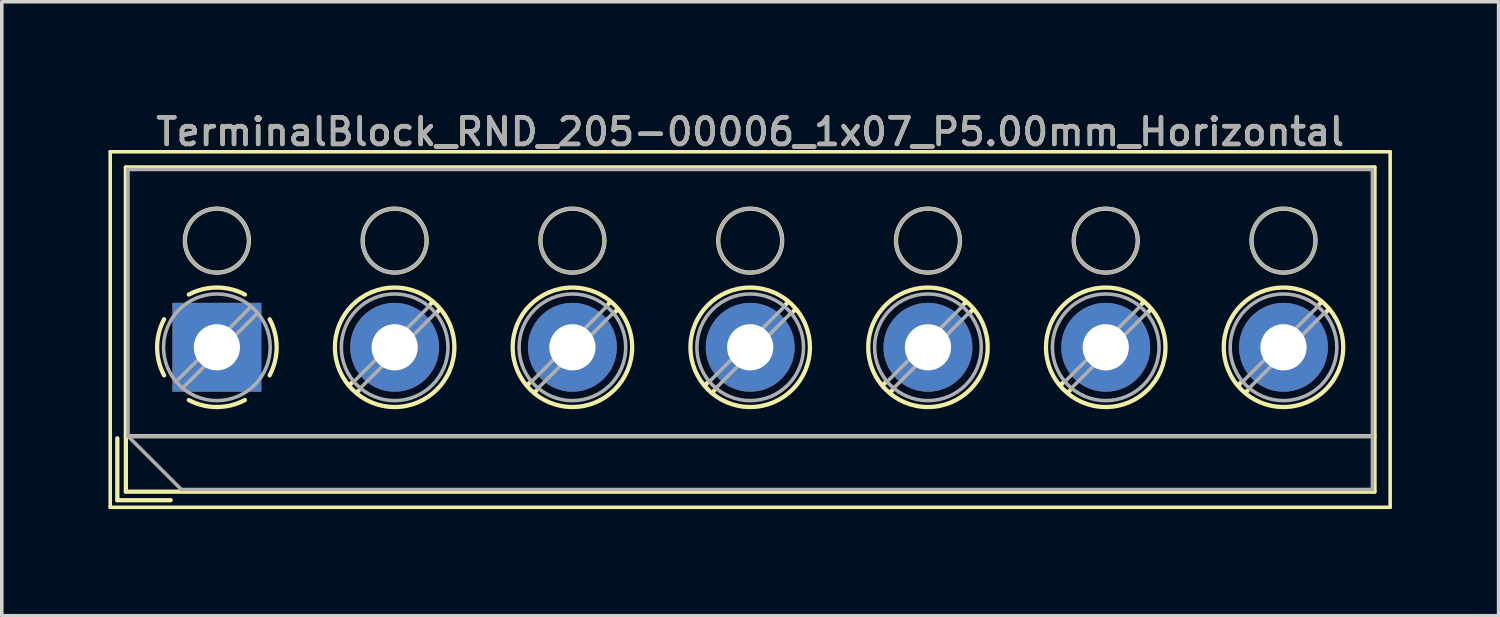
<source format=kicad_pcb>
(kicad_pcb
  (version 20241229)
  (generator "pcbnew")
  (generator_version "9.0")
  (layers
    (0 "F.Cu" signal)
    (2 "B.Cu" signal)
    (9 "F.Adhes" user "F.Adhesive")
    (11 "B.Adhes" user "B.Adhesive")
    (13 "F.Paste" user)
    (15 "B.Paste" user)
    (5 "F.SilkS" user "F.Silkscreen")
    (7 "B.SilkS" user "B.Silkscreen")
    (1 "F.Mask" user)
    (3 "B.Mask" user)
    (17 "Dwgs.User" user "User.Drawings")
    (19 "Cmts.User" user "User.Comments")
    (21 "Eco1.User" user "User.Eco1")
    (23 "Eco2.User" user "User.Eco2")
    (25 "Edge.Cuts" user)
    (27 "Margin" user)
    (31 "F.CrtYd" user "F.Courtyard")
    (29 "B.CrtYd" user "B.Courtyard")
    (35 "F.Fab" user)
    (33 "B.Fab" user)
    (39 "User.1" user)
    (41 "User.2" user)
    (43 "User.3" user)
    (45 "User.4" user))
  (footprint "TerminalBlock_RND_205-00006_1x07_P5.00mm_Horizontal"
    (layer "F.Cu")
    (at 3.05 6.718)
    (property "Reference" "TerminalBlock_RND_205-00006_1x07_P5.00mm_Horizontal" (at 15 -6.06 0) (layer "F.SilkS") (effects (font (size 0.75 0.75) (thickness 0.125))))
    (attr through_hole)
    (fp_line (start -3 -5.5) (end -3 4.5) (stroke (width 0.1) (type solid)) (layer "F.SilkS"))
    (fp_line (start -3 4.5) (end 33 4.5) (stroke (width 0.1) (type solid)) (layer "F.SilkS"))
    (fp_line (start -2.8 2.56) (end -2.8 4.3) (stroke (width 0.12) (type solid)) (layer "F.SilkS"))
    (fp_line (start -2.8 4.3) (end -1.3 4.3) (stroke (width 0.12) (type solid)) (layer "F.SilkS"))
    (fp_line (start -2.56 -5.06) (end -2.56 4.06) (stroke (width 0.12) (type solid)) (layer "F.SilkS"))
    (fp_line (start -2.56 -5.06) (end 32.56 -5.06) (stroke (width 0.12) (type solid)) (layer "F.SilkS"))
    (fp_line (start -2.56 2.5) (end 32.56 2.5) (stroke (width 0.12) (type solid)) (layer "F.SilkS"))
    (fp_line (start -2.56 4.06) (end 32.56 4.06) (stroke (width 0.12) (type solid)) (layer "F.SilkS"))
    (fp_line (start 3.82 0.976) (end 3.726 1.069) (stroke (width 0.12) (type solid)) (layer "F.SilkS"))
    (fp_line (start 3.99 1.216) (end 3.931 1.274) (stroke (width 0.12) (type solid)) (layer "F.SilkS"))
    (fp_line (start 6.07 -1.275) (end 6.011 -1.216) (stroke (width 0.12) (type solid)) (layer "F.SilkS"))
    (fp_line (start 6.275 -1.069) (end 6.181 -0.976) (stroke (width 0.12) (type solid)) (layer "F.SilkS"))
    (fp_line (start 8.82 0.976) (end 8.726 1.069) (stroke (width 0.12) (type solid)) (layer "F.SilkS"))
    (fp_line (start 8.99 1.216) (end 8.931 1.274) (stroke (width 0.12) (type solid)) (layer "F.SilkS"))
    (fp_line (start 11.07 -1.275) (end 11.011 -1.216) (stroke (width 0.12) (type solid)) (layer "F.SilkS"))
    (fp_line (start 11.275 -1.069) (end 11.181 -0.976) (stroke (width 0.12) (type solid)) (layer "F.SilkS"))
    (fp_line (start 13.82 0.976) (end 13.726 1.069) (stroke (width 0.12) (type solid)) (layer "F.SilkS"))
    (fp_line (start 13.99 1.216) (end 13.931 1.274) (stroke (width 0.12) (type solid)) (layer "F.SilkS"))
    (fp_line (start 16.07 -1.275) (end 16.011 -1.216) (stroke (width 0.12) (type solid)) (layer "F.SilkS"))
    (fp_line (start 16.275 -1.069) (end 16.181 -0.976) (stroke (width 0.12) (type solid)) (layer "F.SilkS"))
    (fp_line (start 18.82 0.976) (end 18.726 1.069) (stroke (width 0.12) (type solid)) (layer "F.SilkS"))
    (fp_line (start 18.99 1.216) (end 18.931 1.274) (stroke (width 0.12) (type solid)) (layer "F.SilkS"))
    (fp_line (start 21.07 -1.275) (end 21.011 -1.216) (stroke (width 0.12) (type solid)) (layer "F.SilkS"))
    (fp_line (start 21.275 -1.069) (end 21.181 -0.976) (stroke (width 0.12) (type solid)) (layer "F.SilkS"))
    (fp_line (start 23.82 0.976) (end 23.726 1.069) (stroke (width 0.12) (type solid)) (layer "F.SilkS"))
    (fp_line (start 23.99 1.216) (end 23.931 1.274) (stroke (width 0.12) (type solid)) (layer "F.SilkS"))
    (fp_line (start 26.07 -1.275) (end 26.011 -1.216) (stroke (width 0.12) (type solid)) (layer "F.SilkS"))
    (fp_line (start 26.275 -1.069) (end 26.181 -0.976) (stroke (width 0.12) (type solid)) (layer "F.SilkS"))
    (fp_line (start 28.82 0.976) (end 28.726 1.069) (stroke (width 0.12) (type solid)) (layer "F.SilkS"))
    (fp_line (start 28.99 1.216) (end 28.931 1.274) (stroke (width 0.12) (type solid)) (layer "F.SilkS"))
    (fp_line (start 31.07 -1.275) (end 31.011 -1.216) (stroke (width 0.12) (type solid)) (layer "F.SilkS"))
    (fp_line (start 31.275 -1.069) (end 31.181 -0.976) (stroke (width 0.12) (type solid)) (layer "F.SilkS"))
    (fp_line (start 32.56 -5.06) (end 32.56 4.06) (stroke (width 0.12) (type solid)) (layer "F.SilkS"))
    (fp_line (start 33 -5.5) (end -3 -5.5) (stroke (width 0.1) (type solid)) (layer "F.SilkS"))
    (fp_line (start 33 4.5) (end 33 -5.5) (stroke (width 0.1) (type solid)) (layer "F.SilkS"))
    (fp_arc (start -1.483953 0.789089) (mid -1.680708 0.00005) (end -1.484 -0.789) (stroke (width 0.12) (type solid)) (layer "F.SilkS"))
    (fp_arc (start -0.789089 -1.483953) (mid -0.00005 -1.680708) (end 0.789 -1.484) (stroke (width 0.12) (type solid)) (layer "F.SilkS"))
    (fp_arc (start 0.029383 1.68045) (mid -0.392304 1.634281) (end -0.789 1.484) (stroke (width 0.12) (type solid)) (layer "F.SilkS"))
    (fp_arc (start 0.788712 1.483352) (mid 0.406429 1.630097) (end 0 1.68) (stroke (width 0.12) (type solid)) (layer "F.SilkS"))
    (fp_arc (start 1.483953 -0.789089) (mid 1.680708 -0.00005) (end 1.484 0.789) (stroke (width 0.12) (type solid)) (layer "F.SilkS"))
    (fp_circle (center 0 -3) (end 0.9 -3) (stroke (width 0.12) (type solid)) (fill no) (layer "F.SilkS"))
    (fp_circle (center 5 -3) (end 5.9 -3) (stroke (width 0.12) (type solid)) (fill no) (layer "F.SilkS"))
    (fp_circle (center 5 0) (end 6.68 0) (stroke (width 0.12) (type solid)) (fill no) (layer "F.SilkS"))
    (fp_circle (center 10 -3) (end 10.9 -3) (stroke (width 0.12) (type solid)) (fill no) (layer "F.SilkS"))
    (fp_circle (center 10 0) (end 11.68 0) (stroke (width 0.12) (type solid)) (fill no) (layer "F.SilkS"))
    (fp_circle (center 15 -3) (end 15.9 -3) (stroke (width 0.12) (type solid)) (fill no) (layer "F.SilkS"))
    (fp_circle (center 15 0) (end 16.68 0) (stroke (width 0.12) (type solid)) (fill no) (layer "F.SilkS"))
    (fp_circle (center 20 -3) (end 20.9 -3) (stroke (width 0.12) (type solid)) (fill no) (layer "F.SilkS"))
    (fp_circle (center 20 0) (end 21.68 0) (stroke (width 0.12) (type solid)) (fill no) (layer "F.SilkS"))
    (fp_circle (center 25 -3) (end 25.9 -3) (stroke (width 0.12) (type solid)) (fill no) (layer "F.SilkS"))
    (fp_circle (center 25 0) (end 26.68 0) (stroke (width 0.12) (type solid)) (fill no) (layer "F.SilkS"))
    (fp_circle (center 30 -3) (end 30.9 -3) (stroke (width 0.12) (type solid)) (fill no) (layer "F.SilkS"))
    (fp_circle (center 30 0) (end 31.68 0) (stroke (width 0.12) (type solid)) (fill no) (layer "F.SilkS"))
    (fp_line (start -2.5 -5) (end 32.5 -5) (stroke (width 0.1) (type solid)) (layer "F.Fab"))
    (fp_line (start -2.5 2.5) (end -2.5 -5) (stroke (width 0.1) (type solid)) (layer "F.Fab"))
    (fp_line (start -2.5 2.5) (end 32.5 2.5) (stroke (width 0.1) (type solid)) (layer "F.Fab"))
    (fp_line (start -1 4) (end -2.5 2.5) (stroke (width 0.1) (type solid)) (layer "F.Fab"))
    (fp_line (start 0.955 -1.138) (end -1.138 0.955) (stroke (width 0.1) (type solid)) (layer "F.Fab"))
    (fp_line (start 1.138 -0.955) (end -0.955 1.138) (stroke (width 0.1) (type solid)) (layer "F.Fab"))
    (fp_line (start 5.955 -1.138) (end 3.863 0.955) (stroke (width 0.1) (type solid)) (layer "F.Fab"))
    (fp_line (start 6.138 -0.955) (end 4.046 1.138) (stroke (width 0.1) (type solid)) (layer "F.Fab"))
    (fp_line (start 10.955 -1.138) (end 8.863 0.955) (stroke (width 0.1) (type solid)) (layer "F.Fab"))
    (fp_line (start 11.138 -0.955) (end 9.046 1.138) (stroke (width 0.1) (type solid)) (layer "F.Fab"))
    (fp_line (start 15.955 -1.138) (end 13.863 0.955) (stroke (width 0.1) (type solid)) (layer "F.Fab"))
    (fp_line (start 16.138 -0.955) (end 14.046 1.138) (stroke (width 0.1) (type solid)) (layer "F.Fab"))
    (fp_line (start 20.955 -1.138) (end 18.863 0.955) (stroke (width 0.1) (type solid)) (layer "F.Fab"))
    (fp_line (start 21.138 -0.955) (end 19.046 1.138) (stroke (width 0.1) (type solid)) (layer "F.Fab"))
    (fp_line (start 25.955 -1.138) (end 23.863 0.955) (stroke (width 0.1) (type solid)) (layer "F.Fab"))
    (fp_line (start 26.138 -0.955) (end 24.046 1.138) (stroke (width 0.1) (type solid)) (layer "F.Fab"))
    (fp_line (start 30.955 -1.138) (end 28.863 0.955) (stroke (width 0.1) (type solid)) (layer "F.Fab"))
    (fp_line (start 31.138 -0.955) (end 29.046 1.138) (stroke (width 0.1) (type solid)) (layer "F.Fab"))
    (fp_line (start 32.5 -5) (end 32.5 4) (stroke (width 0.1) (type solid)) (layer "F.Fab"))
    (fp_line (start 32.5 4) (end -1 4) (stroke (width 0.1) (type solid)) (layer "F.Fab"))
    (fp_circle (center 0 -3) (end 0.9 -3) (stroke (width 0.1) (type solid)) (fill no) (layer "F.Fab"))
    (fp_circle (center 0 0) (end 1.5 0) (stroke (width 0.1) (type solid)) (fill no) (layer "F.Fab"))
    (fp_circle (center 5 -3) (end 5.9 -3) (stroke (width 0.1) (type solid)) (fill no) (layer "F.Fab"))
    (fp_circle (center 5 0) (end 6.5 0) (stroke (width 0.1) (type solid)) (fill no) (layer "F.Fab"))
    (fp_circle (center 10 -3) (end 10.9 -3) (stroke (width 0.1) (type solid)) (fill no) (layer "F.Fab"))
    (fp_circle (center 10 0) (end 11.5 0) (stroke (width 0.1) (type solid)) (fill no) (layer "F.Fab"))
    (fp_circle (center 15 -3) (end 15.9 -3) (stroke (width 0.1) (type solid)) (fill no) (layer "F.Fab"))
    (fp_circle (center 15 0) (end 16.5 0) (stroke (width 0.1) (type solid)) (fill no) (layer "F.Fab"))
    (fp_circle (center 20 -3) (end 20.9 -3) (stroke (width 0.1) (type solid)) (fill no) (layer "F.Fab"))
    (fp_circle (center 20 0) (end 21.5 0) (stroke (width 0.1) (type solid)) (fill no) (layer "F.Fab"))
    (fp_circle (center 25 -3) (end 25.9 -3) (stroke (width 0.1) (type solid)) (fill no) (layer "F.Fab"))
    (fp_circle (center 25 0) (end 26.5 0) (stroke (width 0.1) (type solid)) (fill no) (layer "F.Fab"))
    (fp_circle (center 30 -3) (end 30.9 -3) (stroke (width 0.1) (type solid)) (fill no) (layer "F.Fab"))
    (fp_circle (center 30 0) (end 31.5 0) (stroke (width 0.1) (type solid)) (fill no) (layer "F.Fab"))
    (fp_text user "${REFERENCE}" (at 15 -6.06 0) (layer "F.Fab") (effects (font (size 0.75 0.75) (thickness 0.125))))
    (pad "1" thru_hole rect (at 0 0) (size 2.5 2.5) (drill 1.3) (layers "*.Cu" "*.Mask"))
    (pad "2" thru_hole circle (at 5 0) (size 2.5 2.5) (drill 1.3) (layers "*.Cu" "*.Mask"))
    (pad "3" thru_hole circle (at 10 0) (size 2.5 2.5) (drill 1.3) (layers "*.Cu" "*.Mask"))
    (pad "4" thru_hole circle (at 15 0) (size 2.5 2.5) (drill 1.3) (layers "*.Cu" "*.Mask"))
    (pad "5" thru_hole circle (at 20 0) (size 2.5 2.5) (drill 1.3) (layers "*.Cu" "*.Mask"))
    (pad "6" thru_hole circle (at 25 0) (size 2.5 2.5) (drill 1.3) (layers "*.Cu" "*.Mask"))
    (pad "7" thru_hole circle (at 30 0) (size 2.5 2.5) (drill 1.3) (layers "*.Cu" "*.Mask")))
  (gr_rect
    (start -3 -3)
    (end 39.1 14.268)
    (stroke (width 0.1) (type default))
    (fill no)
    (layer "Edge.Cuts")))
</source>
